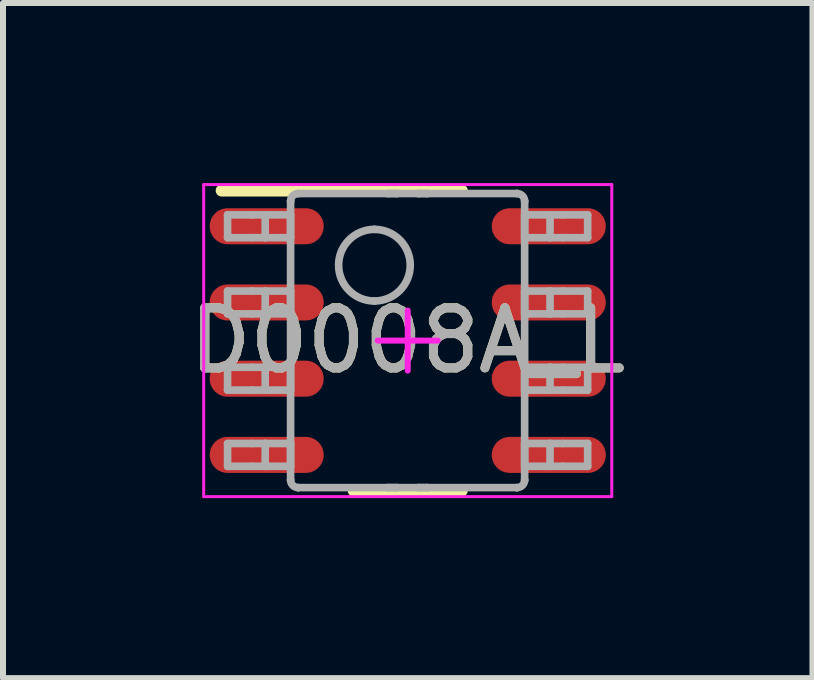
<source format=kicad_pcb>
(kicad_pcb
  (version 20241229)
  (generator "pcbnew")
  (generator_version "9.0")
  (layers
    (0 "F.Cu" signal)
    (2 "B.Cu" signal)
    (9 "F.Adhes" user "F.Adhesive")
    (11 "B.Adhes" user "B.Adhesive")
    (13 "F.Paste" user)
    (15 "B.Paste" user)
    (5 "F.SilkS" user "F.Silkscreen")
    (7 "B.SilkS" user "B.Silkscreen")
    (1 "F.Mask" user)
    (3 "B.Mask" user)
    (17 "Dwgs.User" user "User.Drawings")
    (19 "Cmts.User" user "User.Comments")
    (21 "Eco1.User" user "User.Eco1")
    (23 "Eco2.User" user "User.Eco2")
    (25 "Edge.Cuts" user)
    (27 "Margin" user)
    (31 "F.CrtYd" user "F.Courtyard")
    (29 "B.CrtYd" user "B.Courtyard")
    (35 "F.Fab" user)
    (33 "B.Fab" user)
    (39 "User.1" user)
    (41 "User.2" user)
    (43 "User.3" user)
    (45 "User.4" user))
  (footprint "D0008A_L"
    (layer "F.Cu")
    (at 3.744 2.625)
    (property "Reference" "D0008A_L" (at 0 0 0) (unlocked yes) (layer "F.SilkS") (effects (font (size 1 1) (thickness 0.15))))
    (attr smd)
    (fp_line (start -3.1 -2.5) (end 0.9 -2.5) (stroke (width 0.2) (type solid)) (layer "F.SilkS"))
    (fp_line (start -0.9 2.5) (end 0.9 2.5) (stroke (width 0.2) (type solid)) (layer "F.SilkS"))
    (fp_line (start -3.4 -2.6) (end 3.4 -2.6) (stroke (width 0.05) (type solid)) (layer "F.CrtYd"))
    (fp_line (start -3.4 2.6) (end -3.4 -2.6) (stroke (width 0.05) (type solid)) (layer "F.CrtYd"))
    (fp_line (start -3.4 2.6) (end 3.4 2.6) (stroke (width 0.05) (type solid)) (layer "F.CrtYd"))
    (fp_line (start -0.5 0) (end 0.5 0) (stroke (width 0.1) (type solid)) (layer "F.CrtYd"))
    (fp_line (start 0 0.5) (end 0 -0.5) (stroke (width 0.1) (type solid)) (layer "F.CrtYd"))
    (fp_line (start 3.4 2.6) (end 3.4 -2.6) (stroke (width 0.05) (type solid)) (layer "F.CrtYd"))
    (fp_line (start -3.002 -2.095) (end -2.589 -2.095) (stroke (width 0.127) (type solid)) (layer "F.Fab"))
    (fp_line (start -3.002 -1.715) (end -3.002 -2.095) (stroke (width 0.127) (type solid)) (layer "F.Fab"))
    (fp_line (start -3.002 -1.715) (end -2.589 -1.715) (stroke (width 0.127) (type solid)) (layer "F.Fab"))
    (fp_line (start -3.002 -0.825) (end -2.589 -0.825) (stroke (width 0.127) (type solid)) (layer "F.Fab"))
    (fp_line (start -3.002 -0.445) (end -3.002 -0.825) (stroke (width 0.127) (type solid)) (layer "F.Fab"))
    (fp_line (start -3.002 -0.445) (end -2.589 -0.445) (stroke (width 0.127) (type solid)) (layer "F.Fab"))
    (fp_line (start -3.002 0.445) (end -2.589 0.445) (stroke (width 0.127) (type solid)) (layer "F.Fab"))
    (fp_line (start -3.002 0.825) (end -3.002 0.445) (stroke (width 0.127) (type solid)) (layer "F.Fab"))
    (fp_line (start -3.002 0.825) (end -2.589 0.825) (stroke (width 0.127) (type solid)) (layer "F.Fab"))
    (fp_line (start -3.002 1.715) (end -2.589 1.715) (stroke (width 0.127) (type solid)) (layer "F.Fab"))
    (fp_line (start -3.002 2.095) (end -3.002 1.715) (stroke (width 0.127) (type solid)) (layer "F.Fab"))
    (fp_line (start -3.002 2.095) (end -2.589 2.095) (stroke (width 0.127) (type solid)) (layer "F.Fab"))
    (fp_line (start -2.589 -2.095) (end -2.375 -2.095) (stroke (width 0.127) (type solid)) (layer "F.Fab"))
    (fp_line (start -2.589 -1.715) (end -2.375 -1.715) (stroke (width 0.127) (type solid)) (layer "F.Fab"))
    (fp_line (start -2.589 -0.825) (end -2.375 -0.825) (stroke (width 0.127) (type solid)) (layer "F.Fab"))
    (fp_line (start -2.589 -0.445) (end -2.375 -0.445) (stroke (width 0.127) (type solid)) (layer "F.Fab"))
    (fp_line (start -2.589 0.445) (end -2.375 0.445) (stroke (width 0.127) (type solid)) (layer "F.Fab"))
    (fp_line (start -2.589 0.825) (end -2.375 0.825) (stroke (width 0.127) (type solid)) (layer "F.Fab"))
    (fp_line (start -2.589 1.715) (end -2.375 1.715) (stroke (width 0.127) (type solid)) (layer "F.Fab"))
    (fp_line (start -2.589 2.095) (end -2.375 2.095) (stroke (width 0.127) (type solid)) (layer "F.Fab"))
    (fp_line (start -2.375 -2.095) (end -1.995 -2.095) (stroke (width 0.127) (type solid)) (layer "F.Fab"))
    (fp_line (start -2.375 -1.715) (end -2.375 -2.095) (stroke (width 0.127) (type solid)) (layer "F.Fab"))
    (fp_line (start -2.375 -1.715) (end -1.995 -1.715) (stroke (width 0.127) (type solid)) (layer "F.Fab"))
    (fp_line (start -2.375 -0.825) (end -1.995 -0.825) (stroke (width 0.127) (type solid)) (layer "F.Fab"))
    (fp_line (start -2.375 -0.445) (end -2.375 -0.825) (stroke (width 0.127) (type solid)) (layer "F.Fab"))
    (fp_line (start -2.375 -0.445) (end -1.995 -0.445) (stroke (width 0.127) (type solid)) (layer "F.Fab"))
    (fp_line (start -2.375 0.445) (end -1.995 0.445) (stroke (width 0.127) (type solid)) (layer "F.Fab"))
    (fp_line (start -2.375 0.825) (end -2.375 0.445) (stroke (width 0.127) (type solid)) (layer "F.Fab"))
    (fp_line (start -2.375 0.825) (end -1.995 0.825) (stroke (width 0.127) (type solid)) (layer "F.Fab"))
    (fp_line (start -2.375 1.715) (end -1.995 1.715) (stroke (width 0.127) (type solid)) (layer "F.Fab"))
    (fp_line (start -2.375 2.095) (end -2.375 1.715) (stroke (width 0.127) (type solid)) (layer "F.Fab"))
    (fp_line (start -2.375 2.095) (end -1.995 2.095) (stroke (width 0.127) (type solid)) (layer "F.Fab"))
    (fp_line (start -1.995 -2.095) (end -1.952 -2.095) (stroke (width 0.127) (type solid)) (layer "F.Fab"))
    (fp_line (start -1.995 -1.715) (end -1.952 -1.715) (stroke (width 0.127) (type solid)) (layer "F.Fab"))
    (fp_line (start -1.995 -0.825) (end -1.952 -0.825) (stroke (width 0.127) (type solid)) (layer "F.Fab"))
    (fp_line (start -1.995 -0.445) (end -1.952 -0.445) (stroke (width 0.127) (type solid)) (layer "F.Fab"))
    (fp_line (start -1.995 0.445) (end -1.952 0.445) (stroke (width 0.127) (type solid)) (layer "F.Fab"))
    (fp_line (start -1.995 0.825) (end -1.952 0.825) (stroke (width 0.127) (type solid)) (layer "F.Fab"))
    (fp_line (start -1.995 1.715) (end -1.952 1.715) (stroke (width 0.127) (type solid)) (layer "F.Fab"))
    (fp_line (start -1.995 2.095) (end -1.952 2.095) (stroke (width 0.127) (type solid)) (layer "F.Fab"))
    (fp_line (start -1.952 -2.323) (end -1.952 -2.324) (stroke (width 0.127) (type solid)) (layer "F.Fab"))
    (fp_line (start -1.952 -1.715) (end -1.952 -2.095) (stroke (width 0.127) (type solid)) (layer "F.Fab"))
    (fp_line (start -1.952 -0.445) (end -1.952 -0.825) (stroke (width 0.127) (type solid)) (layer "F.Fab"))
    (fp_line (start -1.952 0.825) (end -1.952 0.445) (stroke (width 0.127) (type solid)) (layer "F.Fab"))
    (fp_line (start -1.952 2.095) (end -1.952 1.715) (stroke (width 0.127) (type solid)) (layer "F.Fab"))
    (fp_line (start -1.952 2.323) (end -1.952 -2.323) (stroke (width 0.127) (type solid)) (layer "F.Fab"))
    (fp_line (start -1.952 2.324) (end -1.952 2.323) (stroke (width 0.127) (type solid)) (layer "F.Fab"))
    (fp_line (start -1.826 -2.45) (end -1.825 -2.45) (stroke (width 0.127) (type solid)) (layer "F.Fab"))
    (fp_line (start -1.826 2.45) (end -1.825 2.45) (stroke (width 0.127) (type solid)) (layer "F.Fab"))
    (fp_line (start -1.825 -2.45) (end -0.332 -2.45) (stroke (width 0.127) (type solid)) (layer "F.Fab"))
    (fp_line (start -1.825 2.45) (end -0.332 2.45) (stroke (width 0.127) (type solid)) (layer "F.Fab"))
    (fp_line (start -0.332 -2.45) (end -0.182 -2.45) (stroke (width 0.127) (type solid)) (layer "F.Fab"))
    (fp_line (start -0.332 -2.45) (end -0.182 -2.45) (stroke (width 0.127) (type solid)) (layer "F.Fab"))
    (fp_line (start -0.332 2.45) (end -0.182 2.45) (stroke (width 0.127) (type solid)) (layer "F.Fab"))
    (fp_line (start -0.332 2.45) (end -0.182 2.45) (stroke (width 0.127) (type solid)) (layer "F.Fab"))
    (fp_line (start -0.182 -2.45) (end 0.178 -2.45) (stroke (width 0.127) (type solid)) (layer "F.Fab"))
    (fp_line (start -0.182 2.45) (end 0.178 2.45) (stroke (width 0.127) (type solid)) (layer "F.Fab"))
    (fp_line (start 0.178 -2.45) (end 0.328 -2.45) (stroke (width 0.127) (type solid)) (layer "F.Fab"))
    (fp_line (start 0.178 -2.45) (end 0.328 -2.45) (stroke (width 0.127) (type solid)) (layer "F.Fab"))
    (fp_line (start 0.178 2.45) (end 0.328 2.45) (stroke (width 0.127) (type solid)) (layer "F.Fab"))
    (fp_line (start 0.178 2.45) (end 0.328 2.45) (stroke (width 0.127) (type solid)) (layer "F.Fab"))
    (fp_line (start 0.328 -2.45) (end 1.821 -2.45) (stroke (width 0.127) (type solid)) (layer "F.Fab"))
    (fp_line (start 0.328 2.45) (end 1.821 2.45) (stroke (width 0.127) (type solid)) (layer "F.Fab"))
    (fp_line (start 1.821 -2.45) (end 1.822 -2.45) (stroke (width 0.127) (type solid)) (layer "F.Fab"))
    (fp_line (start 1.821 2.45) (end 1.822 2.45) (stroke (width 0.127) (type solid)) (layer "F.Fab"))
    (fp_line (start 1.948 -2.323) (end 1.948 -2.324) (stroke (width 0.127) (type solid)) (layer "F.Fab"))
    (fp_line (start 1.948 -2.095) (end 1.991 -2.095) (stroke (width 0.127) (type solid)) (layer "F.Fab"))
    (fp_line (start 1.948 -1.715) (end 1.948 -2.095) (stroke (width 0.127) (type solid)) (layer "F.Fab"))
    (fp_line (start 1.948 -1.715) (end 1.991 -1.715) (stroke (width 0.127) (type solid)) (layer "F.Fab"))
    (fp_line (start 1.948 -0.825) (end 1.991 -0.825) (stroke (width 0.127) (type solid)) (layer "F.Fab"))
    (fp_line (start 1.948 -0.445) (end 1.948 -0.825) (stroke (width 0.127) (type solid)) (layer "F.Fab"))
    (fp_line (start 1.948 -0.445) (end 1.991 -0.445) (stroke (width 0.127) (type solid)) (layer "F.Fab"))
    (fp_line (start 1.948 0.445) (end 1.991 0.445) (stroke (width 0.127) (type solid)) (layer "F.Fab"))
    (fp_line (start 1.948 0.825) (end 1.948 0.445) (stroke (width 0.127) (type solid)) (layer "F.Fab"))
    (fp_line (start 1.948 0.825) (end 1.991 0.825) (stroke (width 0.127) (type solid)) (layer "F.Fab"))
    (fp_line (start 1.948 1.715) (end 1.991 1.715) (stroke (width 0.127) (type solid)) (layer "F.Fab"))
    (fp_line (start 1.948 2.095) (end 1.948 1.715) (stroke (width 0.127) (type solid)) (layer "F.Fab"))
    (fp_line (start 1.948 2.095) (end 1.991 2.095) (stroke (width 0.127) (type solid)) (layer "F.Fab"))
    (fp_line (start 1.948 2.323) (end 1.948 -2.323) (stroke (width 0.127) (type solid)) (layer "F.Fab"))
    (fp_line (start 1.948 2.324) (end 1.948 2.323) (stroke (width 0.127) (type solid)) (layer "F.Fab"))
    (fp_line (start 1.991 -2.095) (end 2.371 -2.095) (stroke (width 0.127) (type solid)) (layer "F.Fab"))
    (fp_line (start 1.991 -1.715) (end 2.371 -1.715) (stroke (width 0.127) (type solid)) (layer "F.Fab"))
    (fp_line (start 1.991 -0.825) (end 2.371 -0.825) (stroke (width 0.127) (type solid)) (layer "F.Fab"))
    (fp_line (start 1.991 -0.445) (end 2.371 -0.445) (stroke (width 0.127) (type solid)) (layer "F.Fab"))
    (fp_line (start 1.991 0.445) (end 2.371 0.445) (stroke (width 0.127) (type solid)) (layer "F.Fab"))
    (fp_line (start 1.991 0.825) (end 2.371 0.825) (stroke (width 0.127) (type solid)) (layer "F.Fab"))
    (fp_line (start 1.991 1.715) (end 2.371 1.715) (stroke (width 0.127) (type solid)) (layer "F.Fab"))
    (fp_line (start 1.991 2.095) (end 2.371 2.095) (stroke (width 0.127) (type solid)) (layer "F.Fab"))
    (fp_line (start 2.371 -2.095) (end 2.585 -2.095) (stroke (width 0.127) (type solid)) (layer "F.Fab"))
    (fp_line (start 2.371 -1.715) (end 2.371 -2.095) (stroke (width 0.127) (type solid)) (layer "F.Fab"))
    (fp_line (start 2.371 -1.715) (end 2.585 -1.715) (stroke (width 0.127) (type solid)) (layer "F.Fab"))
    (fp_line (start 2.371 -0.825) (end 2.585 -0.825) (stroke (width 0.127) (type solid)) (layer "F.Fab"))
    (fp_line (start 2.371 -0.445) (end 2.371 -0.825) (stroke (width 0.127) (type solid)) (layer "F.Fab"))
    (fp_line (start 2.371 -0.445) (end 2.585 -0.445) (stroke (width 0.127) (type solid)) (layer "F.Fab"))
    (fp_line (start 2.371 0.445) (end 2.585 0.445) (stroke (width 0.127) (type solid)) (layer "F.Fab"))
    (fp_line (start 2.371 0.825) (end 2.371 0.445) (stroke (width 0.127) (type solid)) (layer "F.Fab"))
    (fp_line (start 2.371 0.825) (end 2.585 0.825) (stroke (width 0.127) (type solid)) (layer "F.Fab"))
    (fp_line (start 2.371 1.715) (end 2.585 1.715) (stroke (width 0.127) (type solid)) (layer "F.Fab"))
    (fp_line (start 2.371 2.095) (end 2.371 1.715) (stroke (width 0.127) (type solid)) (layer "F.Fab"))
    (fp_line (start 2.371 2.095) (end 2.585 2.095) (stroke (width 0.127) (type solid)) (layer "F.Fab"))
    (fp_line (start 2.585 -2.095) (end 2.998 -2.095) (stroke (width 0.127) (type solid)) (layer "F.Fab"))
    (fp_line (start 2.585 -1.715) (end 2.998 -1.715) (stroke (width 0.127) (type solid)) (layer "F.Fab"))
    (fp_line (start 2.585 -0.825) (end 2.998 -0.825) (stroke (width 0.127) (type solid)) (layer "F.Fab"))
    (fp_line (start 2.585 -0.445) (end 2.998 -0.445) (stroke (width 0.127) (type solid)) (layer "F.Fab"))
    (fp_line (start 2.585 0.445) (end 2.998 0.445) (stroke (width 0.127) (type solid)) (layer "F.Fab"))
    (fp_line (start 2.585 0.825) (end 2.998 0.825) (stroke (width 0.127) (type solid)) (layer "F.Fab"))
    (fp_line (start 2.585 1.715) (end 2.998 1.715) (stroke (width 0.127) (type solid)) (layer "F.Fab"))
    (fp_line (start 2.585 2.095) (end 2.998 2.095) (stroke (width 0.127) (type solid)) (layer "F.Fab"))
    (fp_line (start 2.998 -1.715) (end 2.998 -2.095) (stroke (width 0.127) (type solid)) (layer "F.Fab"))
    (fp_line (start 2.998 -0.445) (end 2.998 -0.825) (stroke (width 0.127) (type solid)) (layer "F.Fab"))
    (fp_line (start 2.998 0.825) (end 2.998 0.445) (stroke (width 0.127) (type solid)) (layer "F.Fab"))
    (fp_line (start 2.998 2.095) (end 2.998 1.715) (stroke (width 0.127) (type solid)) (layer "F.Fab"))
    (fp_arc (start -1.952002 -2.323941) (mid -1.914806 -2.412806) (end -1.825941 -2.450002) (stroke (width 0.127) (type solid)) (layer "F.Fab"))
    (fp_arc (start -1.825941 2.449992) (mid -1.914806 2.412795) (end -1.952002 2.323931) (stroke (width 0.127) (type solid)) (layer "F.Fab"))
    (fp_arc (start -0.555 -1.8531) (mid 0.0419 -1.2562) (end -0.555 -0.6593) (stroke (width 0.127) (type solid)) (layer "F.Fab"))
    (fp_arc (start -0.555 -0.6593) (mid -1.1519 -1.2562) (end -0.555 -1.8531) (stroke (width 0.127) (type solid)) (layer "F.Fab"))
    (fp_arc (start 1.821933 -2.450002) (mid 1.910797 -2.412806) (end 1.947994 -2.323941) (stroke (width 0.127) (type solid)) (layer "F.Fab"))
    (fp_arc (start 1.947994 2.323931) (mid 1.910797 2.412795) (end 1.821933 2.449992) (stroke (width 0.127) (type solid)) (layer "F.Fab"))
    (fp_text user "${REFERENCE}" (at 0 0 0) (unlocked yes) (layer "F.Fab") (effects (font (size 1 1) (thickness 0.15))))
    (pad "1" smd oval (at -2.35 -1.905 90) (size 0.6 1.9) (layers "F.Cu" "F.Mask" "F.Paste"))
    (pad "2" smd oval (at -2.35 -0.635 90) (size 0.6 1.9) (layers "F.Cu" "F.Mask" "F.Paste"))
    (pad "3" smd oval (at -2.35 0.635 90) (size 0.6 1.9) (layers "F.Cu" "F.Mask" "F.Paste"))
    (pad "4" smd oval (at -2.35 1.905 90) (size 0.6 1.9) (layers "F.Cu" "F.Mask" "F.Paste"))
    (pad "5" smd oval (at 2.35 1.905 90) (size 0.6 1.9) (layers "F.Cu" "F.Mask" "F.Paste"))
    (pad "6" smd oval (at 2.35 0.635 90) (size 0.6 1.9) (layers "F.Cu" "F.Mask" "F.Paste"))
    (pad "7" smd oval (at 2.35 -0.635 90) (size 0.6 1.9) (layers "F.Cu" "F.Mask" "F.Paste"))
    (pad "8" smd oval (at 2.35 -1.905 90) (size 0.6 1.9) (layers "F.Cu" "F.Mask" "F.Paste")))
  (gr_rect
    (start -3 -3)
    (end 10.488 8.25)
    (stroke (width 0.1) (type default))
    (fill no)
    (layer "Edge.Cuts")))
</source>
